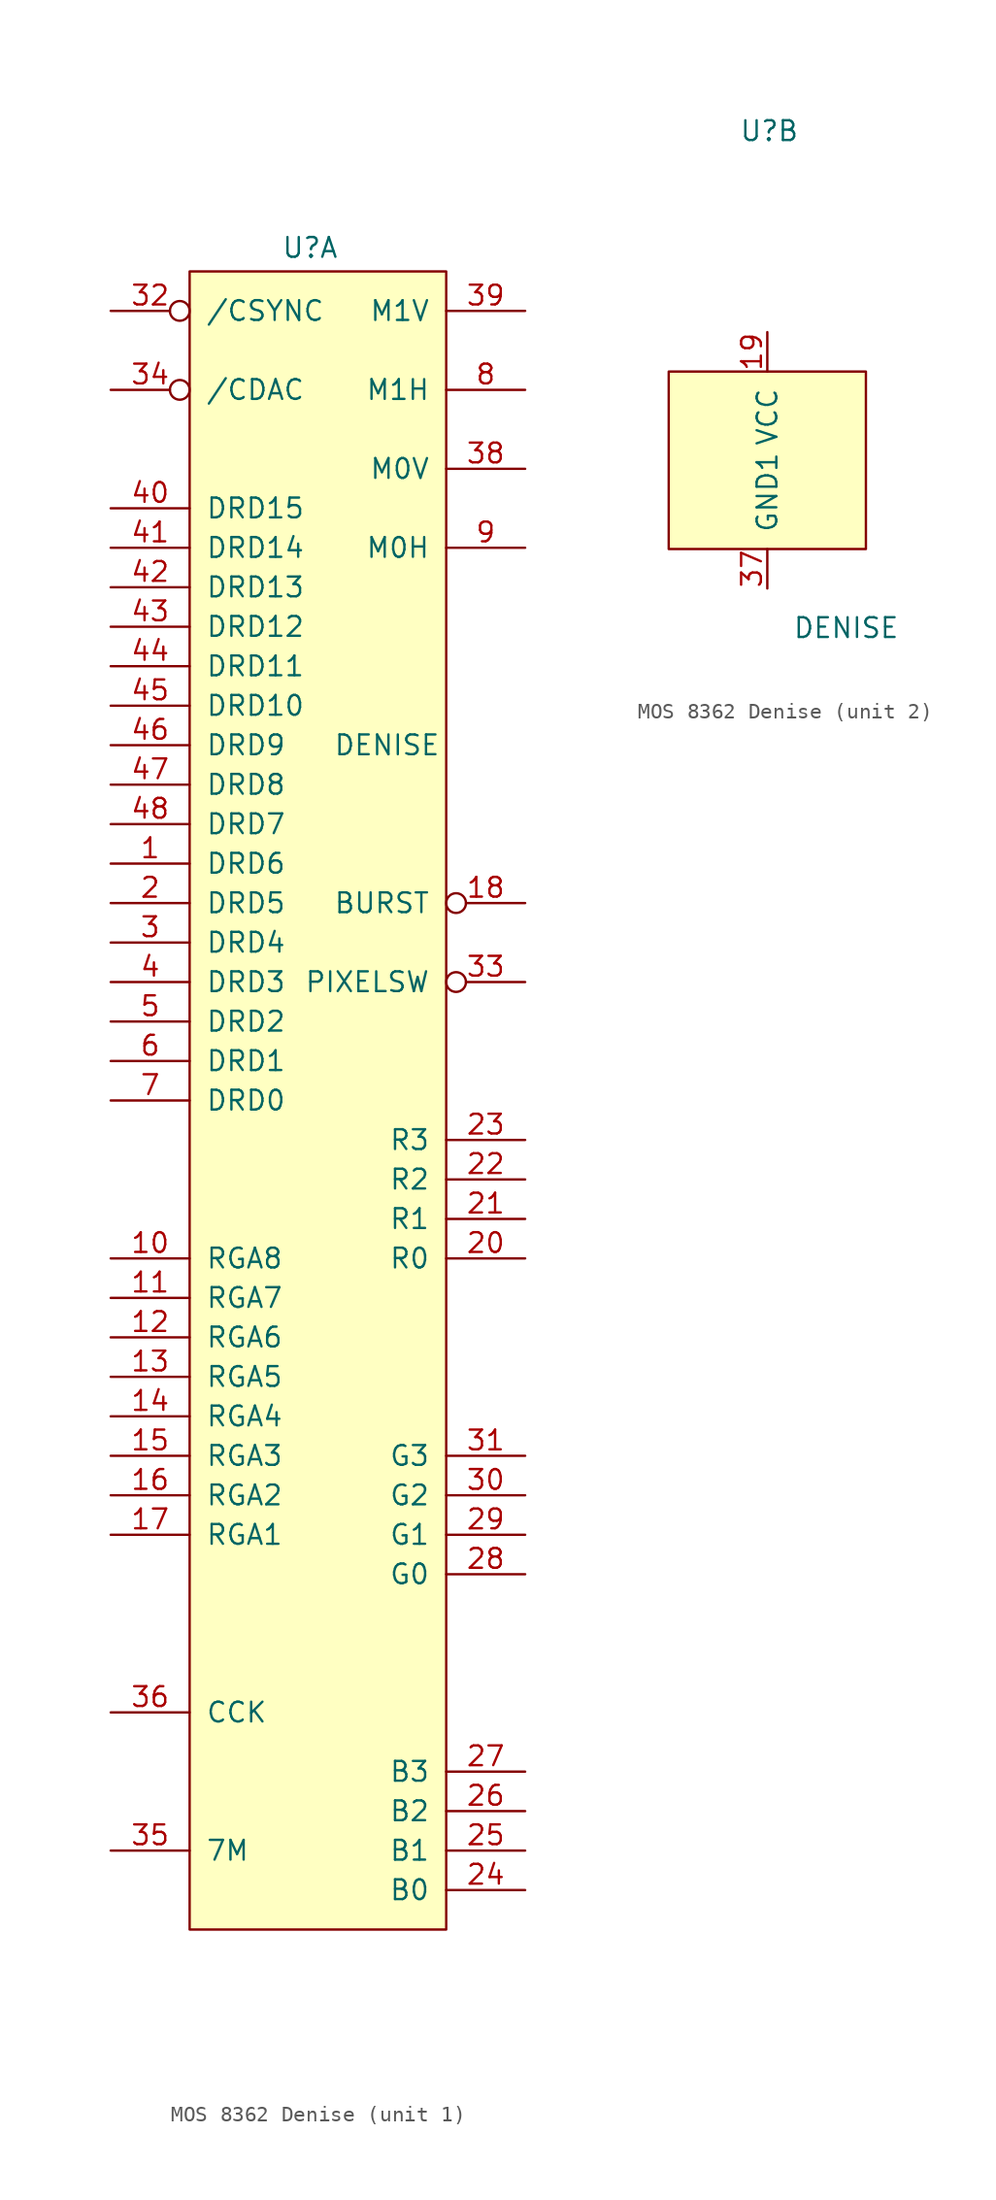
<source format=kicad_sym>
(kicad_symbol_lib
  (version 20220914)
  (generator kicad_symbol_editor)
  (symbol "MOS 8362 Denise"
    (pin_names
      (offset 1.016))
    (property "Reference" "U"
      (at 0.127 21.844 0)
      (effects (font (size 1.27 1.27))))
    (property "Value" "DENISE"
      (at 5.08 -10.16 0)
      (effects (font (size 1.27 1.27))))
    (property "ki_locked" ""
      (at 0 0 0)
      (effects (font (size 1.27 1.27))))
    (symbol "MOS 8362 Denise_1_1"
      (rectangle (start -7.62 20.32) (end 8.89 -86.36) (stroke (width 0) (type solid)) (fill (type background)))
      (pin bidirectional line (at -12.7 -17.78 0) (length 5.08) (name "DRD6" (effects (font (size 1.27 1.27)))) (number "1" (effects (font (size 1.27 1.27)))))
      (pin input line (at -12.7 -43.18 0) (length 5.08) (name "RGA8" (effects (font (size 1.27 1.27)))) (number "10" (effects (font (size 1.27 1.27)))))
      (pin input line (at -12.7 -45.72 0) (length 5.08) (name "RGA7" (effects (font (size 1.27 1.27)))) (number "11" (effects (font (size 1.27 1.27)))))
      (pin input line (at -12.7 -48.26 0) (length 5.08) (name "RGA6" (effects (font (size 1.27 1.27)))) (number "12" (effects (font (size 1.27 1.27)))))
      (pin input line (at -12.7 -50.8 0) (length 5.08) (name "RGA5" (effects (font (size 1.27 1.27)))) (number "13" (effects (font (size 1.27 1.27)))))
      (pin input line (at -12.7 -53.34 0) (length 5.08) (name "RGA4" (effects (font (size 1.27 1.27)))) (number "14" (effects (font (size 1.27 1.27)))))
      (pin input line (at -12.7 -55.88 0) (length 5.08) (name "RGA3" (effects (font (size 1.27 1.27)))) (number "15" (effects (font (size 1.27 1.27)))))
      (pin input line (at -12.7 -58.42 0) (length 5.08) (name "RGA2" (effects (font (size 1.27 1.27)))) (number "16" (effects (font (size 1.27 1.27)))))
      (pin input line (at -12.7 -60.96 0) (length 5.08) (name "RGA1" (effects (font (size 1.27 1.27)))) (number "17" (effects (font (size 1.27 1.27)))))
      (pin output inverted (at 13.97 -20.32 180) (length 5.08) (name "BURST" (effects (font (size 1.27 1.27)))) (number "18" (effects (font (size 1.27 1.27)))))
      (pin bidirectional line (at -12.7 -20.32 0) (length 5.08) (name "DRD5" (effects (font (size 1.27 1.27)))) (number "2" (effects (font (size 1.27 1.27)))))
      (pin output line (at 13.97 -43.18 180) (length 5.08) (name "R0" (effects (font (size 1.27 1.27)))) (number "20" (effects (font (size 1.27 1.27)))))
      (pin output line (at 13.97 -40.64 180) (length 5.08) (name "R1" (effects (font (size 1.27 1.27)))) (number "21" (effects (font (size 1.27 1.27)))))
      (pin output line (at 13.97 -38.1 180) (length 5.08) (name "R2" (effects (font (size 1.27 1.27)))) (number "22" (effects (font (size 1.27 1.27)))))
      (pin output line (at 13.97 -35.56 180) (length 5.08) (name "R3" (effects (font (size 1.27 1.27)))) (number "23" (effects (font (size 1.27 1.27)))))
      (pin output line (at 13.97 -83.82 180) (length 5.08) (name "B0" (effects (font (size 1.27 1.27)))) (number "24" (effects (font (size 1.27 1.27)))))
      (pin output line (at 13.97 -81.28 180) (length 5.08) (name "B1" (effects (font (size 1.27 1.27)))) (number "25" (effects (font (size 1.27 1.27)))))
      (pin output line (at 13.97 -78.74 180) (length 5.08) (name "B2" (effects (font (size 1.27 1.27)))) (number "26" (effects (font (size 1.27 1.27)))))
      (pin output line (at 13.97 -76.2 180) (length 5.08) (name "B3" (effects (font (size 1.27 1.27)))) (number "27" (effects (font (size 1.27 1.27)))))
      (pin output line (at 13.97 -63.5 180) (length 5.08) (name "G0" (effects (font (size 1.27 1.27)))) (number "28" (effects (font (size 1.27 1.27)))))
      (pin output line (at 13.97 -60.96 180) (length 5.08) (name "G1" (effects (font (size 1.27 1.27)))) (number "29" (effects (font (size 1.27 1.27)))))
      (pin bidirectional line (at -12.7 -22.86 0) (length 5.08) (name "DRD4" (effects (font (size 1.27 1.27)))) (number "3" (effects (font (size 1.27 1.27)))))
      (pin output line (at 13.97 -58.42 180) (length 5.08) (name "G2" (effects (font (size 1.27 1.27)))) (number "30" (effects (font (size 1.27 1.27)))))
      (pin output line (at 13.97 -55.88 180) (length 5.08) (name "G3" (effects (font (size 1.27 1.27)))) (number "31" (effects (font (size 1.27 1.27)))))
      (pin input inverted (at -12.7 17.78 0) (length 5.08) (name "/CSYNC" (effects (font (size 1.27 1.27)))) (number "32" (effects (font (size 1.27 1.27)))))
      (pin output inverted (at 13.97 -25.4 180) (length 5.08) (name "PIXELSW" (effects (font (size 1.27 1.27)))) (number "33" (effects (font (size 1.27 1.27)))))
      (pin input inverted (at -12.7 12.7 0) (length 5.08) (name "/CDAC" (effects (font (size 1.27 1.27)))) (number "34" (effects (font (size 1.27 1.27)))))
      (pin input line (at -12.7 -81.28 0) (length 5.08) (name "7M" (effects (font (size 1.27 1.27)))) (number "35" (effects (font (size 1.27 1.27)))))
      (pin input line (at -12.7 -72.39 0) (length 5.08) (name "CCK" (effects (font (size 1.27 1.27)))) (number "36" (effects (font (size 1.27 1.27)))))
      (pin input line (at 13.97 7.62 180) (length 5.08) (name "M0V" (effects (font (size 1.27 1.27)))) (number "38" (effects (font (size 1.27 1.27)))))
      (pin input line (at 13.97 17.78 180) (length 5.08) (name "M1V" (effects (font (size 1.27 1.27)))) (number "39" (effects (font (size 1.27 1.27)))))
      (pin bidirectional line (at -12.7 -25.4 0) (length 5.08) (name "DRD3" (effects (font (size 1.27 1.27)))) (number "4" (effects (font (size 1.27 1.27)))))
      (pin bidirectional line (at -12.7 5.08 0) (length 5.08) (name "DRD15" (effects (font (size 1.27 1.27)))) (number "40" (effects (font (size 1.27 1.27)))))
      (pin bidirectional line (at -12.7 2.54 0) (length 5.08) (name "DRD14" (effects (font (size 1.27 1.27)))) (number "41" (effects (font (size 1.27 1.27)))))
      (pin bidirectional line (at -12.7 0 0) (length 5.08) (name "DRD13" (effects (font (size 1.27 1.27)))) (number "42" (effects (font (size 1.27 1.27)))))
      (pin bidirectional line (at -12.7 -2.54 0) (length 5.08) (name "DRD12" (effects (font (size 1.27 1.27)))) (number "43" (effects (font (size 1.27 1.27)))))
      (pin bidirectional line (at -12.7 -5.08 0) (length 5.08) (name "DRD11" (effects (font (size 1.27 1.27)))) (number "44" (effects (font (size 1.27 1.27)))))
      (pin bidirectional line (at -12.7 -7.62 0) (length 5.08) (name "DRD10" (effects (font (size 1.27 1.27)))) (number "45" (effects (font (size 1.27 1.27)))))
      (pin bidirectional line (at -12.7 -10.16 0) (length 5.08) (name "DRD9" (effects (font (size 1.27 1.27)))) (number "46" (effects (font (size 1.27 1.27)))))
      (pin bidirectional line (at -12.7 -12.7 0) (length 5.08) (name "DRD8" (effects (font (size 1.27 1.27)))) (number "47" (effects (font (size 1.27 1.27)))))
      (pin bidirectional line (at -12.7 -15.24 0) (length 5.08) (name "DRD7" (effects (font (size 1.27 1.27)))) (number "48" (effects (font (size 1.27 1.27)))))
      (pin bidirectional line (at -12.7 -27.94 0) (length 5.08) (name "DRD2" (effects (font (size 1.27 1.27)))) (number "5" (effects (font (size 1.27 1.27)))))
      (pin bidirectional line (at -12.7 -30.48 0) (length 5.08) (name "DRD1" (effects (font (size 1.27 1.27)))) (number "6" (effects (font (size 1.27 1.27)))))
      (pin bidirectional line (at -12.7 -33.02 0) (length 5.08) (name "DRD0" (effects (font (size 1.27 1.27)))) (number "7" (effects (font (size 1.27 1.27)))))
      (pin input line (at 13.97 12.7 180) (length 5.08) (name "M1H" (effects (font (size 1.27 1.27)))) (number "8" (effects (font (size 1.27 1.27)))))
      (pin input line (at 13.97 2.54 180) (length 5.08) (name "M0H" (effects (font (size 1.27 1.27)))) (number "9" (effects (font (size 1.27 1.27))))))
    (symbol "MOS 8362 Denise_2_1"
      (rectangle (start -6.35 6.35) (end 6.35 -5.08) (stroke (width 0) (type solid)) (fill (type background)))
      (pin power_in line (at 0 8.89 270) (length 2.54) (name "VCC" (effects (font (size 1.27 1.27)))) (number "19" (effects (font (size 1.27 1.27)))))
      (pin power_in line (at 0 -7.62 90) (length 2.54) (name "GND1" (effects (font (size 1.27 1.27)))) (number "37" (effects (font (size 1.27 1.27))))))))
</source>
